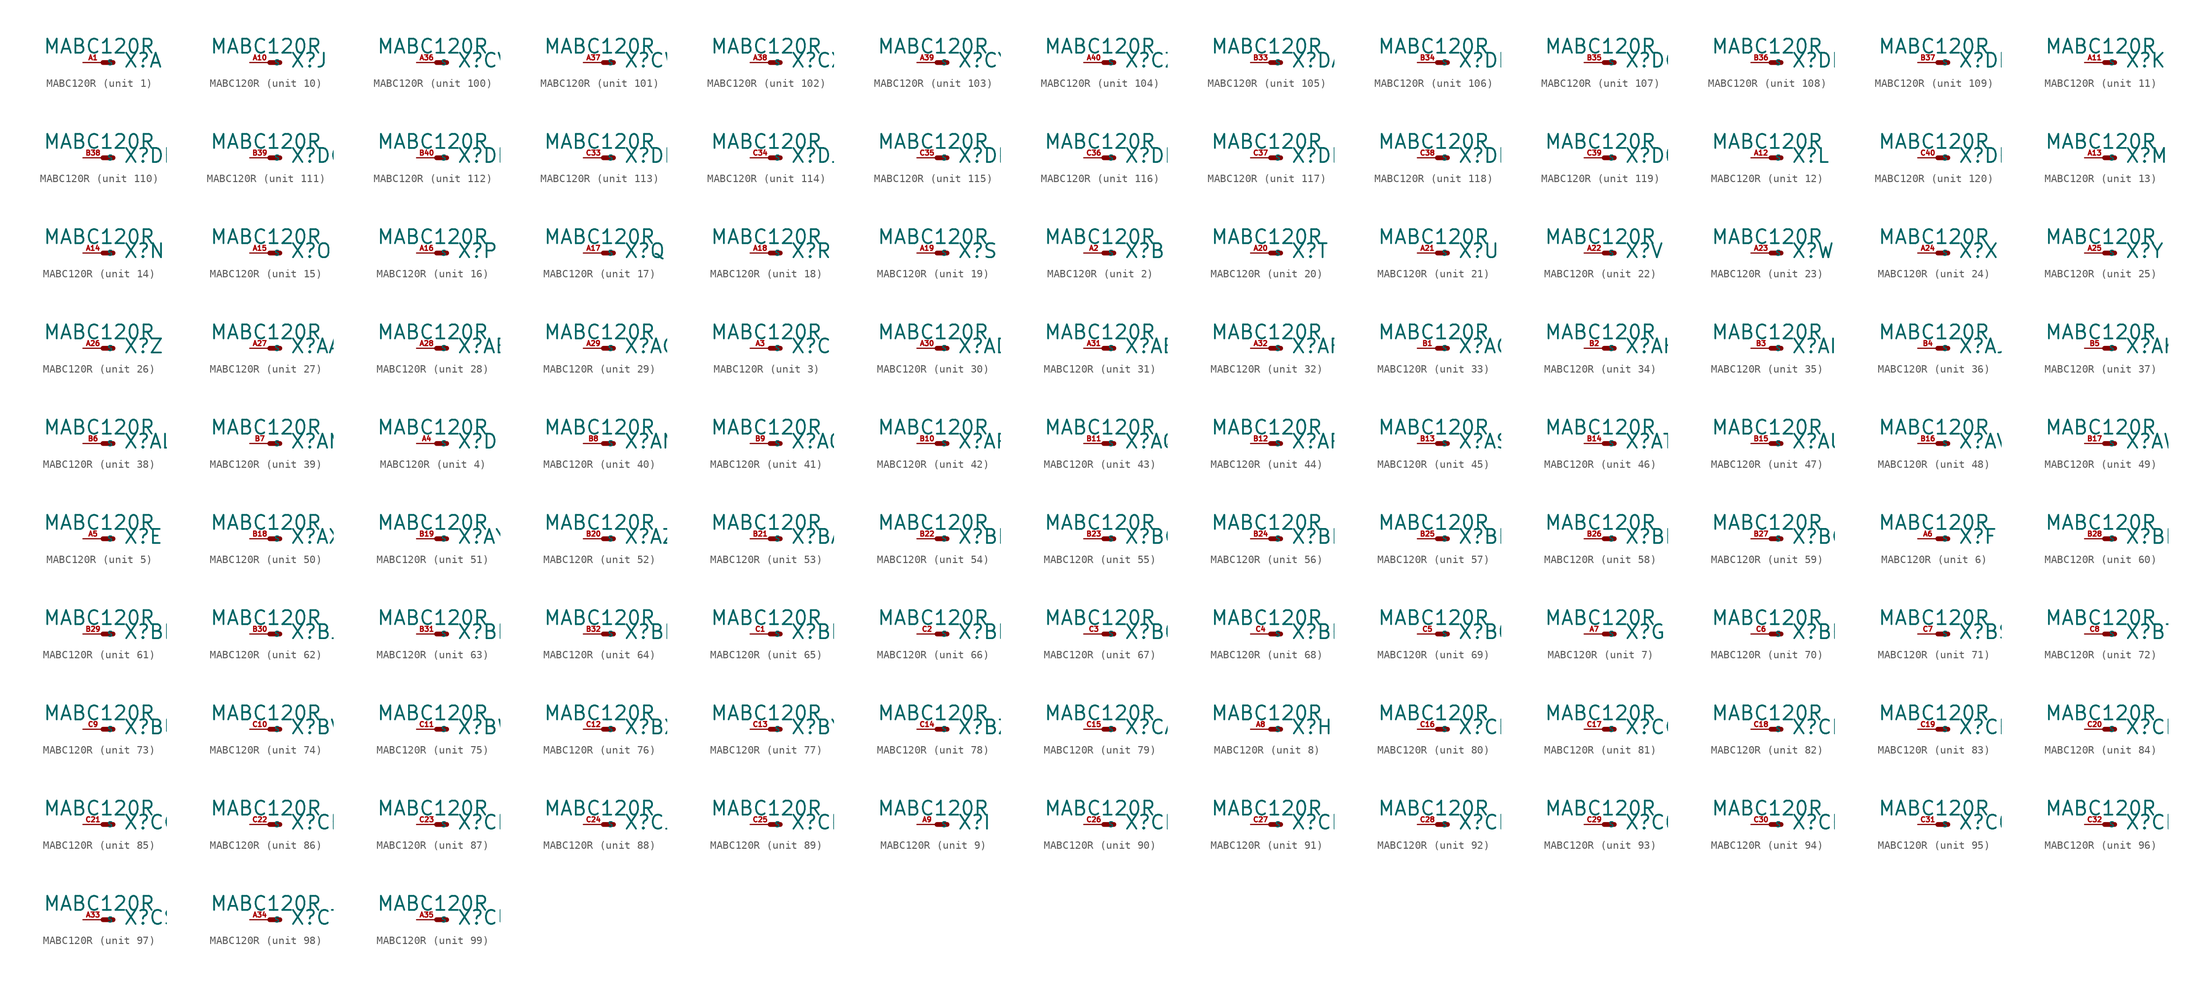
<source format=kicad_sym>
(kicad_symbol_lib
  (version 20220914)
  (generator Eagle2Kicad)
  (symbol "MABC120R"
    (property "Reference" "X"
      (at 2.54 -0.762 0)
      (effects (font (size 1.778 1.778) (thickness 0.22)) (justify left bottom)))
    (property "Value" "MABC120R"
      (at -7.62 1.016 0)
      (effects (font (size 1.778 1.778) (thickness 0.22)) (justify left bottom)))
    (symbol "MABC120R_1_0"
      (polyline (pts (xy 0 0) (xy 1.27 0)) (stroke (width 0.61) (type default)) (fill (type none)))
      (pin passive line (at -2.54 0 0) (length 2.54) (name "S" (effects (font (size 0.635 0.635) (thickness 0.08)) (justify left bottom))) (number "A1" (effects (font (size 0.635 0.635) (thickness 0.08)) (justify left bottom)))))
    (symbol "MABC120R_2_0"
      (polyline (pts (xy 0 0) (xy 1.27 0)) (stroke (width 0.61) (type default)) (fill (type none)))
      (pin passive line (at -2.54 0 0) (length 2.54) (name "S" (effects (font (size 0.635 0.635) (thickness 0.08)) (justify left bottom))) (number "A2" (effects (font (size 0.635 0.635) (thickness 0.08)) (justify left bottom)))))
    (symbol "MABC120R_3_0"
      (polyline (pts (xy 0 0) (xy 1.27 0)) (stroke (width 0.61) (type default)) (fill (type none)))
      (pin passive line (at -2.54 0 0) (length 2.54) (name "S" (effects (font (size 0.635 0.635) (thickness 0.08)) (justify left bottom))) (number "A3" (effects (font (size 0.635 0.635) (thickness 0.08)) (justify left bottom)))))
    (symbol "MABC120R_4_0"
      (polyline (pts (xy 0 0) (xy 1.27 0)) (stroke (width 0.61) (type default)) (fill (type none)))
      (pin passive line (at -2.54 0 0) (length 2.54) (name "S" (effects (font (size 0.635 0.635) (thickness 0.08)) (justify left bottom))) (number "A4" (effects (font (size 0.635 0.635) (thickness 0.08)) (justify left bottom)))))
    (symbol "MABC120R_5_0"
      (polyline (pts (xy 0 0) (xy 1.27 0)) (stroke (width 0.61) (type default)) (fill (type none)))
      (pin passive line (at -2.54 0 0) (length 2.54) (name "S" (effects (font (size 0.635 0.635) (thickness 0.08)) (justify left bottom))) (number "A5" (effects (font (size 0.635 0.635) (thickness 0.08)) (justify left bottom)))))
    (symbol "MABC120R_6_0"
      (polyline (pts (xy 0 0) (xy 1.27 0)) (stroke (width 0.61) (type default)) (fill (type none)))
      (pin passive line (at -2.54 0 0) (length 2.54) (name "S" (effects (font (size 0.635 0.635) (thickness 0.08)) (justify left bottom))) (number "A6" (effects (font (size 0.635 0.635) (thickness 0.08)) (justify left bottom)))))
    (symbol "MABC120R_7_0"
      (polyline (pts (xy 0 0) (xy 1.27 0)) (stroke (width 0.61) (type default)) (fill (type none)))
      (pin passive line (at -2.54 0 0) (length 2.54) (name "S" (effects (font (size 0.635 0.635) (thickness 0.08)) (justify left bottom))) (number "A7" (effects (font (size 0.635 0.635) (thickness 0.08)) (justify left bottom)))))
    (symbol "MABC120R_8_0"
      (polyline (pts (xy 0 0) (xy 1.27 0)) (stroke (width 0.61) (type default)) (fill (type none)))
      (pin passive line (at -2.54 0 0) (length 2.54) (name "S" (effects (font (size 0.635 0.635) (thickness 0.08)) (justify left bottom))) (number "A8" (effects (font (size 0.635 0.635) (thickness 0.08)) (justify left bottom)))))
    (symbol "MABC120R_9_0"
      (polyline (pts (xy 0 0) (xy 1.27 0)) (stroke (width 0.61) (type default)) (fill (type none)))
      (pin passive line (at -2.54 0 0) (length 2.54) (name "S" (effects (font (size 0.635 0.635) (thickness 0.08)) (justify left bottom))) (number "A9" (effects (font (size 0.635 0.635) (thickness 0.08)) (justify left bottom)))))
    (symbol "MABC120R_10_0"
      (polyline (pts (xy 0 0) (xy 1.27 0)) (stroke (width 0.61) (type default)) (fill (type none)))
      (pin passive line (at -2.54 0 0) (length 2.54) (name "S" (effects (font (size 0.635 0.635) (thickness 0.08)) (justify left bottom))) (number "A10" (effects (font (size 0.635 0.635) (thickness 0.08)) (justify left bottom)))))
    (symbol "MABC120R_11_0"
      (polyline (pts (xy 0 0) (xy 1.27 0)) (stroke (width 0.61) (type default)) (fill (type none)))
      (pin passive line (at -2.54 0 0) (length 2.54) (name "S" (effects (font (size 0.635 0.635) (thickness 0.08)) (justify left bottom))) (number "A11" (effects (font (size 0.635 0.635) (thickness 0.08)) (justify left bottom)))))
    (symbol "MABC120R_12_0"
      (polyline (pts (xy 0 0) (xy 1.27 0)) (stroke (width 0.61) (type default)) (fill (type none)))
      (pin passive line (at -2.54 0 0) (length 2.54) (name "S" (effects (font (size 0.635 0.635) (thickness 0.08)) (justify left bottom))) (number "A12" (effects (font (size 0.635 0.635) (thickness 0.08)) (justify left bottom)))))
    (symbol "MABC120R_13_0"
      (polyline (pts (xy 0 0) (xy 1.27 0)) (stroke (width 0.61) (type default)) (fill (type none)))
      (pin passive line (at -2.54 0 0) (length 2.54) (name "S" (effects (font (size 0.635 0.635) (thickness 0.08)) (justify left bottom))) (number "A13" (effects (font (size 0.635 0.635) (thickness 0.08)) (justify left bottom)))))
    (symbol "MABC120R_14_0"
      (polyline (pts (xy 0 0) (xy 1.27 0)) (stroke (width 0.61) (type default)) (fill (type none)))
      (pin passive line (at -2.54 0 0) (length 2.54) (name "S" (effects (font (size 0.635 0.635) (thickness 0.08)) (justify left bottom))) (number "A14" (effects (font (size 0.635 0.635) (thickness 0.08)) (justify left bottom)))))
    (symbol "MABC120R_15_0"
      (polyline (pts (xy 0 0) (xy 1.27 0)) (stroke (width 0.61) (type default)) (fill (type none)))
      (pin passive line (at -2.54 0 0) (length 2.54) (name "S" (effects (font (size 0.635 0.635) (thickness 0.08)) (justify left bottom))) (number "A15" (effects (font (size 0.635 0.635) (thickness 0.08)) (justify left bottom)))))
    (symbol "MABC120R_16_0"
      (polyline (pts (xy 0 0) (xy 1.27 0)) (stroke (width 0.61) (type default)) (fill (type none)))
      (pin passive line (at -2.54 0 0) (length 2.54) (name "S" (effects (font (size 0.635 0.635) (thickness 0.08)) (justify left bottom))) (number "A16" (effects (font (size 0.635 0.635) (thickness 0.08)) (justify left bottom)))))
    (symbol "MABC120R_17_0"
      (polyline (pts (xy 0 0) (xy 1.27 0)) (stroke (width 0.61) (type default)) (fill (type none)))
      (pin passive line (at -2.54 0 0) (length 2.54) (name "S" (effects (font (size 0.635 0.635) (thickness 0.08)) (justify left bottom))) (number "A17" (effects (font (size 0.635 0.635) (thickness 0.08)) (justify left bottom)))))
    (symbol "MABC120R_18_0"
      (polyline (pts (xy 0 0) (xy 1.27 0)) (stroke (width 0.61) (type default)) (fill (type none)))
      (pin passive line (at -2.54 0 0) (length 2.54) (name "S" (effects (font (size 0.635 0.635) (thickness 0.08)) (justify left bottom))) (number "A18" (effects (font (size 0.635 0.635) (thickness 0.08)) (justify left bottom)))))
    (symbol "MABC120R_19_0"
      (polyline (pts (xy 0 0) (xy 1.27 0)) (stroke (width 0.61) (type default)) (fill (type none)))
      (pin passive line (at -2.54 0 0) (length 2.54) (name "S" (effects (font (size 0.635 0.635) (thickness 0.08)) (justify left bottom))) (number "A19" (effects (font (size 0.635 0.635) (thickness 0.08)) (justify left bottom)))))
    (symbol "MABC120R_20_0"
      (polyline (pts (xy 0 0) (xy 1.27 0)) (stroke (width 0.61) (type default)) (fill (type none)))
      (pin passive line (at -2.54 0 0) (length 2.54) (name "S" (effects (font (size 0.635 0.635) (thickness 0.08)) (justify left bottom))) (number "A20" (effects (font (size 0.635 0.635) (thickness 0.08)) (justify left bottom)))))
    (symbol "MABC120R_21_0"
      (polyline (pts (xy 0 0) (xy 1.27 0)) (stroke (width 0.61) (type default)) (fill (type none)))
      (pin passive line (at -2.54 0 0) (length 2.54) (name "S" (effects (font (size 0.635 0.635) (thickness 0.08)) (justify left bottom))) (number "A21" (effects (font (size 0.635 0.635) (thickness 0.08)) (justify left bottom)))))
    (symbol "MABC120R_22_0"
      (polyline (pts (xy 0 0) (xy 1.27 0)) (stroke (width 0.61) (type default)) (fill (type none)))
      (pin passive line (at -2.54 0 0) (length 2.54) (name "S" (effects (font (size 0.635 0.635) (thickness 0.08)) (justify left bottom))) (number "A22" (effects (font (size 0.635 0.635) (thickness 0.08)) (justify left bottom)))))
    (symbol "MABC120R_23_0"
      (polyline (pts (xy 0 0) (xy 1.27 0)) (stroke (width 0.61) (type default)) (fill (type none)))
      (pin passive line (at -2.54 0 0) (length 2.54) (name "S" (effects (font (size 0.635 0.635) (thickness 0.08)) (justify left bottom))) (number "A23" (effects (font (size 0.635 0.635) (thickness 0.08)) (justify left bottom)))))
    (symbol "MABC120R_24_0"
      (polyline (pts (xy 0 0) (xy 1.27 0)) (stroke (width 0.61) (type default)) (fill (type none)))
      (pin passive line (at -2.54 0 0) (length 2.54) (name "S" (effects (font (size 0.635 0.635) (thickness 0.08)) (justify left bottom))) (number "A24" (effects (font (size 0.635 0.635) (thickness 0.08)) (justify left bottom)))))
    (symbol "MABC120R_25_0"
      (polyline (pts (xy 0 0) (xy 1.27 0)) (stroke (width 0.61) (type default)) (fill (type none)))
      (pin passive line (at -2.54 0 0) (length 2.54) (name "S" (effects (font (size 0.635 0.635) (thickness 0.08)) (justify left bottom))) (number "A25" (effects (font (size 0.635 0.635) (thickness 0.08)) (justify left bottom)))))
    (symbol "MABC120R_26_0"
      (polyline (pts (xy 0 0) (xy 1.27 0)) (stroke (width 0.61) (type default)) (fill (type none)))
      (pin passive line (at -2.54 0 0) (length 2.54) (name "S" (effects (font (size 0.635 0.635) (thickness 0.08)) (justify left bottom))) (number "A26" (effects (font (size 0.635 0.635) (thickness 0.08)) (justify left bottom)))))
    (symbol "MABC120R_27_0"
      (polyline (pts (xy 0 0) (xy 1.27 0)) (stroke (width 0.61) (type default)) (fill (type none)))
      (pin passive line (at -2.54 0 0) (length 2.54) (name "S" (effects (font (size 0.635 0.635) (thickness 0.08)) (justify left bottom))) (number "A27" (effects (font (size 0.635 0.635) (thickness 0.08)) (justify left bottom)))))
    (symbol "MABC120R_28_0"
      (polyline (pts (xy 0 0) (xy 1.27 0)) (stroke (width 0.61) (type default)) (fill (type none)))
      (pin passive line (at -2.54 0 0) (length 2.54) (name "S" (effects (font (size 0.635 0.635) (thickness 0.08)) (justify left bottom))) (number "A28" (effects (font (size 0.635 0.635) (thickness 0.08)) (justify left bottom)))))
    (symbol "MABC120R_29_0"
      (polyline (pts (xy 0 0) (xy 1.27 0)) (stroke (width 0.61) (type default)) (fill (type none)))
      (pin passive line (at -2.54 0 0) (length 2.54) (name "S" (effects (font (size 0.635 0.635) (thickness 0.08)) (justify left bottom))) (number "A29" (effects (font (size 0.635 0.635) (thickness 0.08)) (justify left bottom)))))
    (symbol "MABC120R_30_0"
      (polyline (pts (xy 0 0) (xy 1.27 0)) (stroke (width 0.61) (type default)) (fill (type none)))
      (pin passive line (at -2.54 0 0) (length 2.54) (name "S" (effects (font (size 0.635 0.635) (thickness 0.08)) (justify left bottom))) (number "A30" (effects (font (size 0.635 0.635) (thickness 0.08)) (justify left bottom)))))
    (symbol "MABC120R_31_0"
      (polyline (pts (xy 0 0) (xy 1.27 0)) (stroke (width 0.61) (type default)) (fill (type none)))
      (pin passive line (at -2.54 0 0) (length 2.54) (name "S" (effects (font (size 0.635 0.635) (thickness 0.08)) (justify left bottom))) (number "A31" (effects (font (size 0.635 0.635) (thickness 0.08)) (justify left bottom)))))
    (symbol "MABC120R_32_0"
      (polyline (pts (xy 0 0) (xy 1.27 0)) (stroke (width 0.61) (type default)) (fill (type none)))
      (pin passive line (at -2.54 0 0) (length 2.54) (name "S" (effects (font (size 0.635 0.635) (thickness 0.08)) (justify left bottom))) (number "A32" (effects (font (size 0.635 0.635) (thickness 0.08)) (justify left bottom)))))
    (symbol "MABC120R_33_0"
      (polyline (pts (xy 0 0) (xy 1.27 0)) (stroke (width 0.61) (type default)) (fill (type none)))
      (pin passive line (at -2.54 0 0) (length 2.54) (name "S" (effects (font (size 0.635 0.635) (thickness 0.08)) (justify left bottom))) (number "B1" (effects (font (size 0.635 0.635) (thickness 0.08)) (justify left bottom)))))
    (symbol "MABC120R_34_0"
      (polyline (pts (xy 0 0) (xy 1.27 0)) (stroke (width 0.61) (type default)) (fill (type none)))
      (pin passive line (at -2.54 0 0) (length 2.54) (name "S" (effects (font (size 0.635 0.635) (thickness 0.08)) (justify left bottom))) (number "B2" (effects (font (size 0.635 0.635) (thickness 0.08)) (justify left bottom)))))
    (symbol "MABC120R_35_0"
      (polyline (pts (xy 0 0) (xy 1.27 0)) (stroke (width 0.61) (type default)) (fill (type none)))
      (pin passive line (at -2.54 0 0) (length 2.54) (name "S" (effects (font (size 0.635 0.635) (thickness 0.08)) (justify left bottom))) (number "B3" (effects (font (size 0.635 0.635) (thickness 0.08)) (justify left bottom)))))
    (symbol "MABC120R_36_0"
      (polyline (pts (xy 0 0) (xy 1.27 0)) (stroke (width 0.61) (type default)) (fill (type none)))
      (pin passive line (at -2.54 0 0) (length 2.54) (name "S" (effects (font (size 0.635 0.635) (thickness 0.08)) (justify left bottom))) (number "B4" (effects (font (size 0.635 0.635) (thickness 0.08)) (justify left bottom)))))
    (symbol "MABC120R_37_0"
      (polyline (pts (xy 0 0) (xy 1.27 0)) (stroke (width 0.61) (type default)) (fill (type none)))
      (pin passive line (at -2.54 0 0) (length 2.54) (name "S" (effects (font (size 0.635 0.635) (thickness 0.08)) (justify left bottom))) (number "B5" (effects (font (size 0.635 0.635) (thickness 0.08)) (justify left bottom)))))
    (symbol "MABC120R_38_0"
      (polyline (pts (xy 0 0) (xy 1.27 0)) (stroke (width 0.61) (type default)) (fill (type none)))
      (pin passive line (at -2.54 0 0) (length 2.54) (name "S" (effects (font (size 0.635 0.635) (thickness 0.08)) (justify left bottom))) (number "B6" (effects (font (size 0.635 0.635) (thickness 0.08)) (justify left bottom)))))
    (symbol "MABC120R_39_0"
      (polyline (pts (xy 0 0) (xy 1.27 0)) (stroke (width 0.61) (type default)) (fill (type none)))
      (pin passive line (at -2.54 0 0) (length 2.54) (name "S" (effects (font (size 0.635 0.635) (thickness 0.08)) (justify left bottom))) (number "B7" (effects (font (size 0.635 0.635) (thickness 0.08)) (justify left bottom)))))
    (symbol "MABC120R_40_0"
      (polyline (pts (xy 0 0) (xy 1.27 0)) (stroke (width 0.61) (type default)) (fill (type none)))
      (pin passive line (at -2.54 0 0) (length 2.54) (name "S" (effects (font (size 0.635 0.635) (thickness 0.08)) (justify left bottom))) (number "B8" (effects (font (size 0.635 0.635) (thickness 0.08)) (justify left bottom)))))
    (symbol "MABC120R_41_0"
      (polyline (pts (xy 0 0) (xy 1.27 0)) (stroke (width 0.61) (type default)) (fill (type none)))
      (pin passive line (at -2.54 0 0) (length 2.54) (name "S" (effects (font (size 0.635 0.635) (thickness 0.08)) (justify left bottom))) (number "B9" (effects (font (size 0.635 0.635) (thickness 0.08)) (justify left bottom)))))
    (symbol "MABC120R_42_0"
      (polyline (pts (xy 0 0) (xy 1.27 0)) (stroke (width 0.61) (type default)) (fill (type none)))
      (pin passive line (at -2.54 0 0) (length 2.54) (name "S" (effects (font (size 0.635 0.635) (thickness 0.08)) (justify left bottom))) (number "B10" (effects (font (size 0.635 0.635) (thickness 0.08)) (justify left bottom)))))
    (symbol "MABC120R_43_0"
      (polyline (pts (xy 0 0) (xy 1.27 0)) (stroke (width 0.61) (type default)) (fill (type none)))
      (pin passive line (at -2.54 0 0) (length 2.54) (name "S" (effects (font (size 0.635 0.635) (thickness 0.08)) (justify left bottom))) (number "B11" (effects (font (size 0.635 0.635) (thickness 0.08)) (justify left bottom)))))
    (symbol "MABC120R_44_0"
      (polyline (pts (xy 0 0) (xy 1.27 0)) (stroke (width 0.61) (type default)) (fill (type none)))
      (pin passive line (at -2.54 0 0) (length 2.54) (name "S" (effects (font (size 0.635 0.635) (thickness 0.08)) (justify left bottom))) (number "B12" (effects (font (size 0.635 0.635) (thickness 0.08)) (justify left bottom)))))
    (symbol "MABC120R_45_0"
      (polyline (pts (xy 0 0) (xy 1.27 0)) (stroke (width 0.61) (type default)) (fill (type none)))
      (pin passive line (at -2.54 0 0) (length 2.54) (name "S" (effects (font (size 0.635 0.635) (thickness 0.08)) (justify left bottom))) (number "B13" (effects (font (size 0.635 0.635) (thickness 0.08)) (justify left bottom)))))
    (symbol "MABC120R_46_0"
      (polyline (pts (xy 0 0) (xy 1.27 0)) (stroke (width 0.61) (type default)) (fill (type none)))
      (pin passive line (at -2.54 0 0) (length 2.54) (name "S" (effects (font (size 0.635 0.635) (thickness 0.08)) (justify left bottom))) (number "B14" (effects (font (size 0.635 0.635) (thickness 0.08)) (justify left bottom)))))
    (symbol "MABC120R_47_0"
      (polyline (pts (xy 0 0) (xy 1.27 0)) (stroke (width 0.61) (type default)) (fill (type none)))
      (pin passive line (at -2.54 0 0) (length 2.54) (name "S" (effects (font (size 0.635 0.635) (thickness 0.08)) (justify left bottom))) (number "B15" (effects (font (size 0.635 0.635) (thickness 0.08)) (justify left bottom)))))
    (symbol "MABC120R_48_0"
      (polyline (pts (xy 0 0) (xy 1.27 0)) (stroke (width 0.61) (type default)) (fill (type none)))
      (pin passive line (at -2.54 0 0) (length 2.54) (name "S" (effects (font (size 0.635 0.635) (thickness 0.08)) (justify left bottom))) (number "B16" (effects (font (size 0.635 0.635) (thickness 0.08)) (justify left bottom)))))
    (symbol "MABC120R_49_0"
      (polyline (pts (xy 0 0) (xy 1.27 0)) (stroke (width 0.61) (type default)) (fill (type none)))
      (pin passive line (at -2.54 0 0) (length 2.54) (name "S" (effects (font (size 0.635 0.635) (thickness 0.08)) (justify left bottom))) (number "B17" (effects (font (size 0.635 0.635) (thickness 0.08)) (justify left bottom)))))
    (symbol "MABC120R_50_0"
      (polyline (pts (xy 0 0) (xy 1.27 0)) (stroke (width 0.61) (type default)) (fill (type none)))
      (pin passive line (at -2.54 0 0) (length 2.54) (name "S" (effects (font (size 0.635 0.635) (thickness 0.08)) (justify left bottom))) (number "B18" (effects (font (size 0.635 0.635) (thickness 0.08)) (justify left bottom)))))
    (symbol "MABC120R_51_0"
      (polyline (pts (xy 0 0) (xy 1.27 0)) (stroke (width 0.61) (type default)) (fill (type none)))
      (pin passive line (at -2.54 0 0) (length 2.54) (name "S" (effects (font (size 0.635 0.635) (thickness 0.08)) (justify left bottom))) (number "B19" (effects (font (size 0.635 0.635) (thickness 0.08)) (justify left bottom)))))
    (symbol "MABC120R_52_0"
      (polyline (pts (xy 0 0) (xy 1.27 0)) (stroke (width 0.61) (type default)) (fill (type none)))
      (pin passive line (at -2.54 0 0) (length 2.54) (name "S" (effects (font (size 0.635 0.635) (thickness 0.08)) (justify left bottom))) (number "B20" (effects (font (size 0.635 0.635) (thickness 0.08)) (justify left bottom)))))
    (symbol "MABC120R_53_0"
      (polyline (pts (xy 0 0) (xy 1.27 0)) (stroke (width 0.61) (type default)) (fill (type none)))
      (pin passive line (at -2.54 0 0) (length 2.54) (name "S" (effects (font (size 0.635 0.635) (thickness 0.08)) (justify left bottom))) (number "B21" (effects (font (size 0.635 0.635) (thickness 0.08)) (justify left bottom)))))
    (symbol "MABC120R_54_0"
      (polyline (pts (xy 0 0) (xy 1.27 0)) (stroke (width 0.61) (type default)) (fill (type none)))
      (pin passive line (at -2.54 0 0) (length 2.54) (name "S" (effects (font (size 0.635 0.635) (thickness 0.08)) (justify left bottom))) (number "B22" (effects (font (size 0.635 0.635) (thickness 0.08)) (justify left bottom)))))
    (symbol "MABC120R_55_0"
      (polyline (pts (xy 0 0) (xy 1.27 0)) (stroke (width 0.61) (type default)) (fill (type none)))
      (pin passive line (at -2.54 0 0) (length 2.54) (name "S" (effects (font (size 0.635 0.635) (thickness 0.08)) (justify left bottom))) (number "B23" (effects (font (size 0.635 0.635) (thickness 0.08)) (justify left bottom)))))
    (symbol "MABC120R_56_0"
      (polyline (pts (xy 0 0) (xy 1.27 0)) (stroke (width 0.61) (type default)) (fill (type none)))
      (pin passive line (at -2.54 0 0) (length 2.54) (name "S" (effects (font (size 0.635 0.635) (thickness 0.08)) (justify left bottom))) (number "B24" (effects (font (size 0.635 0.635) (thickness 0.08)) (justify left bottom)))))
    (symbol "MABC120R_57_0"
      (polyline (pts (xy 0 0) (xy 1.27 0)) (stroke (width 0.61) (type default)) (fill (type none)))
      (pin passive line (at -2.54 0 0) (length 2.54) (name "S" (effects (font (size 0.635 0.635) (thickness 0.08)) (justify left bottom))) (number "B25" (effects (font (size 0.635 0.635) (thickness 0.08)) (justify left bottom)))))
    (symbol "MABC120R_58_0"
      (polyline (pts (xy 0 0) (xy 1.27 0)) (stroke (width 0.61) (type default)) (fill (type none)))
      (pin passive line (at -2.54 0 0) (length 2.54) (name "S" (effects (font (size 0.635 0.635) (thickness 0.08)) (justify left bottom))) (number "B26" (effects (font (size 0.635 0.635) (thickness 0.08)) (justify left bottom)))))
    (symbol "MABC120R_59_0"
      (polyline (pts (xy 0 0) (xy 1.27 0)) (stroke (width 0.61) (type default)) (fill (type none)))
      (pin passive line (at -2.54 0 0) (length 2.54) (name "S" (effects (font (size 0.635 0.635) (thickness 0.08)) (justify left bottom))) (number "B27" (effects (font (size 0.635 0.635) (thickness 0.08)) (justify left bottom)))))
    (symbol "MABC120R_60_0"
      (polyline (pts (xy 0 0) (xy 1.27 0)) (stroke (width 0.61) (type default)) (fill (type none)))
      (pin passive line (at -2.54 0 0) (length 2.54) (name "S" (effects (font (size 0.635 0.635) (thickness 0.08)) (justify left bottom))) (number "B28" (effects (font (size 0.635 0.635) (thickness 0.08)) (justify left bottom)))))
    (symbol "MABC120R_61_0"
      (polyline (pts (xy 0 0) (xy 1.27 0)) (stroke (width 0.61) (type default)) (fill (type none)))
      (pin passive line (at -2.54 0 0) (length 2.54) (name "S" (effects (font (size 0.635 0.635) (thickness 0.08)) (justify left bottom))) (number "B29" (effects (font (size 0.635 0.635) (thickness 0.08)) (justify left bottom)))))
    (symbol "MABC120R_62_0"
      (polyline (pts (xy 0 0) (xy 1.27 0)) (stroke (width 0.61) (type default)) (fill (type none)))
      (pin passive line (at -2.54 0 0) (length 2.54) (name "S" (effects (font (size 0.635 0.635) (thickness 0.08)) (justify left bottom))) (number "B30" (effects (font (size 0.635 0.635) (thickness 0.08)) (justify left bottom)))))
    (symbol "MABC120R_63_0"
      (polyline (pts (xy 0 0) (xy 1.27 0)) (stroke (width 0.61) (type default)) (fill (type none)))
      (pin passive line (at -2.54 0 0) (length 2.54) (name "S" (effects (font (size 0.635 0.635) (thickness 0.08)) (justify left bottom))) (number "B31" (effects (font (size 0.635 0.635) (thickness 0.08)) (justify left bottom)))))
    (symbol "MABC120R_64_0"
      (polyline (pts (xy 0 0) (xy 1.27 0)) (stroke (width 0.61) (type default)) (fill (type none)))
      (pin passive line (at -2.54 0 0) (length 2.54) (name "S" (effects (font (size 0.635 0.635) (thickness 0.08)) (justify left bottom))) (number "B32" (effects (font (size 0.635 0.635) (thickness 0.08)) (justify left bottom)))))
    (symbol "MABC120R_65_0"
      (polyline (pts (xy 0 0) (xy 1.27 0)) (stroke (width 0.61) (type default)) (fill (type none)))
      (pin passive line (at -2.54 0 0) (length 2.54) (name "S" (effects (font (size 0.635 0.635) (thickness 0.08)) (justify left bottom))) (number "C1" (effects (font (size 0.635 0.635) (thickness 0.08)) (justify left bottom)))))
    (symbol "MABC120R_66_0"
      (polyline (pts (xy 0 0) (xy 1.27 0)) (stroke (width 0.61) (type default)) (fill (type none)))
      (pin passive line (at -2.54 0 0) (length 2.54) (name "S" (effects (font (size 0.635 0.635) (thickness 0.08)) (justify left bottom))) (number "C2" (effects (font (size 0.635 0.635) (thickness 0.08)) (justify left bottom)))))
    (symbol "MABC120R_67_0"
      (polyline (pts (xy 0 0) (xy 1.27 0)) (stroke (width 0.61) (type default)) (fill (type none)))
      (pin passive line (at -2.54 0 0) (length 2.54) (name "S" (effects (font (size 0.635 0.635) (thickness 0.08)) (justify left bottom))) (number "C3" (effects (font (size 0.635 0.635) (thickness 0.08)) (justify left bottom)))))
    (symbol "MABC120R_68_0"
      (polyline (pts (xy 0 0) (xy 1.27 0)) (stroke (width 0.61) (type default)) (fill (type none)))
      (pin passive line (at -2.54 0 0) (length 2.54) (name "S" (effects (font (size 0.635 0.635) (thickness 0.08)) (justify left bottom))) (number "C4" (effects (font (size 0.635 0.635) (thickness 0.08)) (justify left bottom)))))
    (symbol "MABC120R_69_0"
      (polyline (pts (xy 0 0) (xy 1.27 0)) (stroke (width 0.61) (type default)) (fill (type none)))
      (pin passive line (at -2.54 0 0) (length 2.54) (name "S" (effects (font (size 0.635 0.635) (thickness 0.08)) (justify left bottom))) (number "C5" (effects (font (size 0.635 0.635) (thickness 0.08)) (justify left bottom)))))
    (symbol "MABC120R_70_0"
      (polyline (pts (xy 0 0) (xy 1.27 0)) (stroke (width 0.61) (type default)) (fill (type none)))
      (pin passive line (at -2.54 0 0) (length 2.54) (name "S" (effects (font (size 0.635 0.635) (thickness 0.08)) (justify left bottom))) (number "C6" (effects (font (size 0.635 0.635) (thickness 0.08)) (justify left bottom)))))
    (symbol "MABC120R_71_0"
      (polyline (pts (xy 0 0) (xy 1.27 0)) (stroke (width 0.61) (type default)) (fill (type none)))
      (pin passive line (at -2.54 0 0) (length 2.54) (name "S" (effects (font (size 0.635 0.635) (thickness 0.08)) (justify left bottom))) (number "C7" (effects (font (size 0.635 0.635) (thickness 0.08)) (justify left bottom)))))
    (symbol "MABC120R_72_0"
      (polyline (pts (xy 0 0) (xy 1.27 0)) (stroke (width 0.61) (type default)) (fill (type none)))
      (pin passive line (at -2.54 0 0) (length 2.54) (name "S" (effects (font (size 0.635 0.635) (thickness 0.08)) (justify left bottom))) (number "C8" (effects (font (size 0.635 0.635) (thickness 0.08)) (justify left bottom)))))
    (symbol "MABC120R_73_0"
      (polyline (pts (xy 0 0) (xy 1.27 0)) (stroke (width 0.61) (type default)) (fill (type none)))
      (pin passive line (at -2.54 0 0) (length 2.54) (name "S" (effects (font (size 0.635 0.635) (thickness 0.08)) (justify left bottom))) (number "C9" (effects (font (size 0.635 0.635) (thickness 0.08)) (justify left bottom)))))
    (symbol "MABC120R_74_0"
      (polyline (pts (xy 0 0) (xy 1.27 0)) (stroke (width 0.61) (type default)) (fill (type none)))
      (pin passive line (at -2.54 0 0) (length 2.54) (name "S" (effects (font (size 0.635 0.635) (thickness 0.08)) (justify left bottom))) (number "C10" (effects (font (size 0.635 0.635) (thickness 0.08)) (justify left bottom)))))
    (symbol "MABC120R_75_0"
      (polyline (pts (xy 0 0) (xy 1.27 0)) (stroke (width 0.61) (type default)) (fill (type none)))
      (pin passive line (at -2.54 0 0) (length 2.54) (name "S" (effects (font (size 0.635 0.635) (thickness 0.08)) (justify left bottom))) (number "C11" (effects (font (size 0.635 0.635) (thickness 0.08)) (justify left bottom)))))
    (symbol "MABC120R_76_0"
      (polyline (pts (xy 0 0) (xy 1.27 0)) (stroke (width 0.61) (type default)) (fill (type none)))
      (pin passive line (at -2.54 0 0) (length 2.54) (name "S" (effects (font (size 0.635 0.635) (thickness 0.08)) (justify left bottom))) (number "C12" (effects (font (size 0.635 0.635) (thickness 0.08)) (justify left bottom)))))
    (symbol "MABC120R_77_0"
      (polyline (pts (xy 0 0) (xy 1.27 0)) (stroke (width 0.61) (type default)) (fill (type none)))
      (pin passive line (at -2.54 0 0) (length 2.54) (name "S" (effects (font (size 0.635 0.635) (thickness 0.08)) (justify left bottom))) (number "C13" (effects (font (size 0.635 0.635) (thickness 0.08)) (justify left bottom)))))
    (symbol "MABC120R_78_0"
      (polyline (pts (xy 0 0) (xy 1.27 0)) (stroke (width 0.61) (type default)) (fill (type none)))
      (pin passive line (at -2.54 0 0) (length 2.54) (name "S" (effects (font (size 0.635 0.635) (thickness 0.08)) (justify left bottom))) (number "C14" (effects (font (size 0.635 0.635) (thickness 0.08)) (justify left bottom)))))
    (symbol "MABC120R_79_0"
      (polyline (pts (xy 0 0) (xy 1.27 0)) (stroke (width 0.61) (type default)) (fill (type none)))
      (pin passive line (at -2.54 0 0) (length 2.54) (name "S" (effects (font (size 0.635 0.635) (thickness 0.08)) (justify left bottom))) (number "C15" (effects (font (size 0.635 0.635) (thickness 0.08)) (justify left bottom)))))
    (symbol "MABC120R_80_0"
      (polyline (pts (xy 0 0) (xy 1.27 0)) (stroke (width 0.61) (type default)) (fill (type none)))
      (pin passive line (at -2.54 0 0) (length 2.54) (name "S" (effects (font (size 0.635 0.635) (thickness 0.08)) (justify left bottom))) (number "C16" (effects (font (size 0.635 0.635) (thickness 0.08)) (justify left bottom)))))
    (symbol "MABC120R_81_0"
      (polyline (pts (xy 0 0) (xy 1.27 0)) (stroke (width 0.61) (type default)) (fill (type none)))
      (pin passive line (at -2.54 0 0) (length 2.54) (name "S" (effects (font (size 0.635 0.635) (thickness 0.08)) (justify left bottom))) (number "C17" (effects (font (size 0.635 0.635) (thickness 0.08)) (justify left bottom)))))
    (symbol "MABC120R_82_0"
      (polyline (pts (xy 0 0) (xy 1.27 0)) (stroke (width 0.61) (type default)) (fill (type none)))
      (pin passive line (at -2.54 0 0) (length 2.54) (name "S" (effects (font (size 0.635 0.635) (thickness 0.08)) (justify left bottom))) (number "C18" (effects (font (size 0.635 0.635) (thickness 0.08)) (justify left bottom)))))
    (symbol "MABC120R_83_0"
      (polyline (pts (xy 0 0) (xy 1.27 0)) (stroke (width 0.61) (type default)) (fill (type none)))
      (pin passive line (at -2.54 0 0) (length 2.54) (name "S" (effects (font (size 0.635 0.635) (thickness 0.08)) (justify left bottom))) (number "C19" (effects (font (size 0.635 0.635) (thickness 0.08)) (justify left bottom)))))
    (symbol "MABC120R_84_0"
      (polyline (pts (xy 0 0) (xy 1.27 0)) (stroke (width 0.61) (type default)) (fill (type none)))
      (pin passive line (at -2.54 0 0) (length 2.54) (name "S" (effects (font (size 0.635 0.635) (thickness 0.08)) (justify left bottom))) (number "C20" (effects (font (size 0.635 0.635) (thickness 0.08)) (justify left bottom)))))
    (symbol "MABC120R_85_0"
      (polyline (pts (xy 0 0) (xy 1.27 0)) (stroke (width 0.61) (type default)) (fill (type none)))
      (pin passive line (at -2.54 0 0) (length 2.54) (name "S" (effects (font (size 0.635 0.635) (thickness 0.08)) (justify left bottom))) (number "C21" (effects (font (size 0.635 0.635) (thickness 0.08)) (justify left bottom)))))
    (symbol "MABC120R_86_0"
      (polyline (pts (xy 0 0) (xy 1.27 0)) (stroke (width 0.61) (type default)) (fill (type none)))
      (pin passive line (at -2.54 0 0) (length 2.54) (name "S" (effects (font (size 0.635 0.635) (thickness 0.08)) (justify left bottom))) (number "C22" (effects (font (size 0.635 0.635) (thickness 0.08)) (justify left bottom)))))
    (symbol "MABC120R_87_0"
      (polyline (pts (xy 0 0) (xy 1.27 0)) (stroke (width 0.61) (type default)) (fill (type none)))
      (pin passive line (at -2.54 0 0) (length 2.54) (name "S" (effects (font (size 0.635 0.635) (thickness 0.08)) (justify left bottom))) (number "C23" (effects (font (size 0.635 0.635) (thickness 0.08)) (justify left bottom)))))
    (symbol "MABC120R_88_0"
      (polyline (pts (xy 0 0) (xy 1.27 0)) (stroke (width 0.61) (type default)) (fill (type none)))
      (pin passive line (at -2.54 0 0) (length 2.54) (name "S" (effects (font (size 0.635 0.635) (thickness 0.08)) (justify left bottom))) (number "C24" (effects (font (size 0.635 0.635) (thickness 0.08)) (justify left bottom)))))
    (symbol "MABC120R_89_0"
      (polyline (pts (xy 0 0) (xy 1.27 0)) (stroke (width 0.61) (type default)) (fill (type none)))
      (pin passive line (at -2.54 0 0) (length 2.54) (name "S" (effects (font (size 0.635 0.635) (thickness 0.08)) (justify left bottom))) (number "C25" (effects (font (size 0.635 0.635) (thickness 0.08)) (justify left bottom)))))
    (symbol "MABC120R_90_0"
      (polyline (pts (xy 0 0) (xy 1.27 0)) (stroke (width 0.61) (type default)) (fill (type none)))
      (pin passive line (at -2.54 0 0) (length 2.54) (name "S" (effects (font (size 0.635 0.635) (thickness 0.08)) (justify left bottom))) (number "C26" (effects (font (size 0.635 0.635) (thickness 0.08)) (justify left bottom)))))
    (symbol "MABC120R_91_0"
      (polyline (pts (xy 0 0) (xy 1.27 0)) (stroke (width 0.61) (type default)) (fill (type none)))
      (pin passive line (at -2.54 0 0) (length 2.54) (name "S" (effects (font (size 0.635 0.635) (thickness 0.08)) (justify left bottom))) (number "C27" (effects (font (size 0.635 0.635) (thickness 0.08)) (justify left bottom)))))
    (symbol "MABC120R_92_0"
      (polyline (pts (xy 0 0) (xy 1.27 0)) (stroke (width 0.61) (type default)) (fill (type none)))
      (pin passive line (at -2.54 0 0) (length 2.54) (name "S" (effects (font (size 0.635 0.635) (thickness 0.08)) (justify left bottom))) (number "C28" (effects (font (size 0.635 0.635) (thickness 0.08)) (justify left bottom)))))
    (symbol "MABC120R_93_0"
      (polyline (pts (xy 0 0) (xy 1.27 0)) (stroke (width 0.61) (type default)) (fill (type none)))
      (pin passive line (at -2.54 0 0) (length 2.54) (name "S" (effects (font (size 0.635 0.635) (thickness 0.08)) (justify left bottom))) (number "C29" (effects (font (size 0.635 0.635) (thickness 0.08)) (justify left bottom)))))
    (symbol "MABC120R_94_0"
      (polyline (pts (xy 0 0) (xy 1.27 0)) (stroke (width 0.61) (type default)) (fill (type none)))
      (pin passive line (at -2.54 0 0) (length 2.54) (name "S" (effects (font (size 0.635 0.635) (thickness 0.08)) (justify left bottom))) (number "C30" (effects (font (size 0.635 0.635) (thickness 0.08)) (justify left bottom)))))
    (symbol "MABC120R_95_0"
      (polyline (pts (xy 0 0) (xy 1.27 0)) (stroke (width 0.61) (type default)) (fill (type none)))
      (pin passive line (at -2.54 0 0) (length 2.54) (name "S" (effects (font (size 0.635 0.635) (thickness 0.08)) (justify left bottom))) (number "C31" (effects (font (size 0.635 0.635) (thickness 0.08)) (justify left bottom)))))
    (symbol "MABC120R_96_0"
      (polyline (pts (xy 0 0) (xy 1.27 0)) (stroke (width 0.61) (type default)) (fill (type none)))
      (pin passive line (at -2.54 0 0) (length 2.54) (name "S" (effects (font (size 0.635 0.635) (thickness 0.08)) (justify left bottom))) (number "C32" (effects (font (size 0.635 0.635) (thickness 0.08)) (justify left bottom)))))
    (symbol "MABC120R_97_0"
      (polyline (pts (xy 0 0) (xy 1.27 0)) (stroke (width 0.61) (type default)) (fill (type none)))
      (pin passive line (at -2.54 0 0) (length 2.54) (name "S" (effects (font (size 0.635 0.635) (thickness 0.08)) (justify left bottom))) (number "A33" (effects (font (size 0.635 0.635) (thickness 0.08)) (justify left bottom)))))
    (symbol "MABC120R_98_0"
      (polyline (pts (xy 0 0) (xy 1.27 0)) (stroke (width 0.61) (type default)) (fill (type none)))
      (pin passive line (at -2.54 0 0) (length 2.54) (name "S" (effects (font (size 0.635 0.635) (thickness 0.08)) (justify left bottom))) (number "A34" (effects (font (size 0.635 0.635) (thickness 0.08)) (justify left bottom)))))
    (symbol "MABC120R_99_0"
      (polyline (pts (xy 0 0) (xy 1.27 0)) (stroke (width 0.61) (type default)) (fill (type none)))
      (pin passive line (at -2.54 0 0) (length 2.54) (name "S" (effects (font (size 0.635 0.635) (thickness 0.08)) (justify left bottom))) (number "A35" (effects (font (size 0.635 0.635) (thickness 0.08)) (justify left bottom)))))
    (symbol "MABC120R_100_0"
      (polyline (pts (xy 0 0) (xy 1.27 0)) (stroke (width 0.61) (type default)) (fill (type none)))
      (pin passive line (at -2.54 0 0) (length 2.54) (name "S" (effects (font (size 0.635 0.635) (thickness 0.08)) (justify left bottom))) (number "A36" (effects (font (size 0.635 0.635) (thickness 0.08)) (justify left bottom)))))
    (symbol "MABC120R_101_0"
      (polyline (pts (xy 0 0) (xy 1.27 0)) (stroke (width 0.61) (type default)) (fill (type none)))
      (pin passive line (at -2.54 0 0) (length 2.54) (name "S" (effects (font (size 0.635 0.635) (thickness 0.08)) (justify left bottom))) (number "A37" (effects (font (size 0.635 0.635) (thickness 0.08)) (justify left bottom)))))
    (symbol "MABC120R_102_0"
      (polyline (pts (xy 0 0) (xy 1.27 0)) (stroke (width 0.61) (type default)) (fill (type none)))
      (pin passive line (at -2.54 0 0) (length 2.54) (name "S" (effects (font (size 0.635 0.635) (thickness 0.08)) (justify left bottom))) (number "A38" (effects (font (size 0.635 0.635) (thickness 0.08)) (justify left bottom)))))
    (symbol "MABC120R_103_0"
      (polyline (pts (xy 0 0) (xy 1.27 0)) (stroke (width 0.61) (type default)) (fill (type none)))
      (pin passive line (at -2.54 0 0) (length 2.54) (name "S" (effects (font (size 0.635 0.635) (thickness 0.08)) (justify left bottom))) (number "A39" (effects (font (size 0.635 0.635) (thickness 0.08)) (justify left bottom)))))
    (symbol "MABC120R_104_0"
      (polyline (pts (xy 0 0) (xy 1.27 0)) (stroke (width 0.61) (type default)) (fill (type none)))
      (pin passive line (at -2.54 0 0) (length 2.54) (name "S" (effects (font (size 0.635 0.635) (thickness 0.08)) (justify left bottom))) (number "A40" (effects (font (size 0.635 0.635) (thickness 0.08)) (justify left bottom)))))
    (symbol "MABC120R_105_0"
      (polyline (pts (xy 0 0) (xy 1.27 0)) (stroke (width 0.61) (type default)) (fill (type none)))
      (pin passive line (at -2.54 0 0) (length 2.54) (name "S" (effects (font (size 0.635 0.635) (thickness 0.08)) (justify left bottom))) (number "B33" (effects (font (size 0.635 0.635) (thickness 0.08)) (justify left bottom)))))
    (symbol "MABC120R_106_0"
      (polyline (pts (xy 0 0) (xy 1.27 0)) (stroke (width 0.61) (type default)) (fill (type none)))
      (pin passive line (at -2.54 0 0) (length 2.54) (name "S" (effects (font (size 0.635 0.635) (thickness 0.08)) (justify left bottom))) (number "B34" (effects (font (size 0.635 0.635) (thickness 0.08)) (justify left bottom)))))
    (symbol "MABC120R_107_0"
      (polyline (pts (xy 0 0) (xy 1.27 0)) (stroke (width 0.61) (type default)) (fill (type none)))
      (pin passive line (at -2.54 0 0) (length 2.54) (name "S" (effects (font (size 0.635 0.635) (thickness 0.08)) (justify left bottom))) (number "B35" (effects (font (size 0.635 0.635) (thickness 0.08)) (justify left bottom)))))
    (symbol "MABC120R_108_0"
      (polyline (pts (xy 0 0) (xy 1.27 0)) (stroke (width 0.61) (type default)) (fill (type none)))
      (pin passive line (at -2.54 0 0) (length 2.54) (name "S" (effects (font (size 0.635 0.635) (thickness 0.08)) (justify left bottom))) (number "B36" (effects (font (size 0.635 0.635) (thickness 0.08)) (justify left bottom)))))
    (symbol "MABC120R_109_0"
      (polyline (pts (xy 0 0) (xy 1.27 0)) (stroke (width 0.61) (type default)) (fill (type none)))
      (pin passive line (at -2.54 0 0) (length 2.54) (name "S" (effects (font (size 0.635 0.635) (thickness 0.08)) (justify left bottom))) (number "B37" (effects (font (size 0.635 0.635) (thickness 0.08)) (justify left bottom)))))
    (symbol "MABC120R_110_0"
      (polyline (pts (xy 0 0) (xy 1.27 0)) (stroke (width 0.61) (type default)) (fill (type none)))
      (pin passive line (at -2.54 0 0) (length 2.54) (name "S" (effects (font (size 0.635 0.635) (thickness 0.08)) (justify left bottom))) (number "B38" (effects (font (size 0.635 0.635) (thickness 0.08)) (justify left bottom)))))
    (symbol "MABC120R_111_0"
      (polyline (pts (xy 0 0) (xy 1.27 0)) (stroke (width 0.61) (type default)) (fill (type none)))
      (pin passive line (at -2.54 0 0) (length 2.54) (name "S" (effects (font (size 0.635 0.635) (thickness 0.08)) (justify left bottom))) (number "B39" (effects (font (size 0.635 0.635) (thickness 0.08)) (justify left bottom)))))
    (symbol "MABC120R_112_0"
      (polyline (pts (xy 0 0) (xy 1.27 0)) (stroke (width 0.61) (type default)) (fill (type none)))
      (pin passive line (at -2.54 0 0) (length 2.54) (name "S" (effects (font (size 0.635 0.635) (thickness 0.08)) (justify left bottom))) (number "B40" (effects (font (size 0.635 0.635) (thickness 0.08)) (justify left bottom)))))
    (symbol "MABC120R_113_0"
      (polyline (pts (xy 0 0) (xy 1.27 0)) (stroke (width 0.61) (type default)) (fill (type none)))
      (pin passive line (at -2.54 0 0) (length 2.54) (name "S" (effects (font (size 0.635 0.635) (thickness 0.08)) (justify left bottom))) (number "C33" (effects (font (size 0.635 0.635) (thickness 0.08)) (justify left bottom)))))
    (symbol "MABC120R_114_0"
      (polyline (pts (xy 0 0) (xy 1.27 0)) (stroke (width 0.61) (type default)) (fill (type none)))
      (pin passive line (at -2.54 0 0) (length 2.54) (name "S" (effects (font (size 0.635 0.635) (thickness 0.08)) (justify left bottom))) (number "C34" (effects (font (size 0.635 0.635) (thickness 0.08)) (justify left bottom)))))
    (symbol "MABC120R_115_0"
      (polyline (pts (xy 0 0) (xy 1.27 0)) (stroke (width 0.61) (type default)) (fill (type none)))
      (pin passive line (at -2.54 0 0) (length 2.54) (name "S" (effects (font (size 0.635 0.635) (thickness 0.08)) (justify left bottom))) (number "C35" (effects (font (size 0.635 0.635) (thickness 0.08)) (justify left bottom)))))
    (symbol "MABC120R_116_0"
      (polyline (pts (xy 0 0) (xy 1.27 0)) (stroke (width 0.61) (type default)) (fill (type none)))
      (pin passive line (at -2.54 0 0) (length 2.54) (name "S" (effects (font (size 0.635 0.635) (thickness 0.08)) (justify left bottom))) (number "C36" (effects (font (size 0.635 0.635) (thickness 0.08)) (justify left bottom)))))
    (symbol "MABC120R_117_0"
      (polyline (pts (xy 0 0) (xy 1.27 0)) (stroke (width 0.61) (type default)) (fill (type none)))
      (pin passive line (at -2.54 0 0) (length 2.54) (name "S" (effects (font (size 0.635 0.635) (thickness 0.08)) (justify left bottom))) (number "C37" (effects (font (size 0.635 0.635) (thickness 0.08)) (justify left bottom)))))
    (symbol "MABC120R_118_0"
      (polyline (pts (xy 0 0) (xy 1.27 0)) (stroke (width 0.61) (type default)) (fill (type none)))
      (pin passive line (at -2.54 0 0) (length 2.54) (name "S" (effects (font (size 0.635 0.635) (thickness 0.08)) (justify left bottom))) (number "C38" (effects (font (size 0.635 0.635) (thickness 0.08)) (justify left bottom)))))
    (symbol "MABC120R_119_0"
      (polyline (pts (xy 0 0) (xy 1.27 0)) (stroke (width 0.61) (type default)) (fill (type none)))
      (pin passive line (at -2.54 0 0) (length 2.54) (name "S" (effects (font (size 0.635 0.635) (thickness 0.08)) (justify left bottom))) (number "C39" (effects (font (size 0.635 0.635) (thickness 0.08)) (justify left bottom)))))
    (symbol "MABC120R_120_0"
      (polyline (pts (xy 0 0) (xy 1.27 0)) (stroke (width 0.61) (type default)) (fill (type none)))
      (pin passive line (at -2.54 0 0) (length 2.54) (name "S" (effects (font (size 0.635 0.635) (thickness 0.08)) (justify left bottom))) (number "C40" (effects (font (size 0.635 0.635) (thickness 0.08)) (justify left bottom)))))))
</source>
